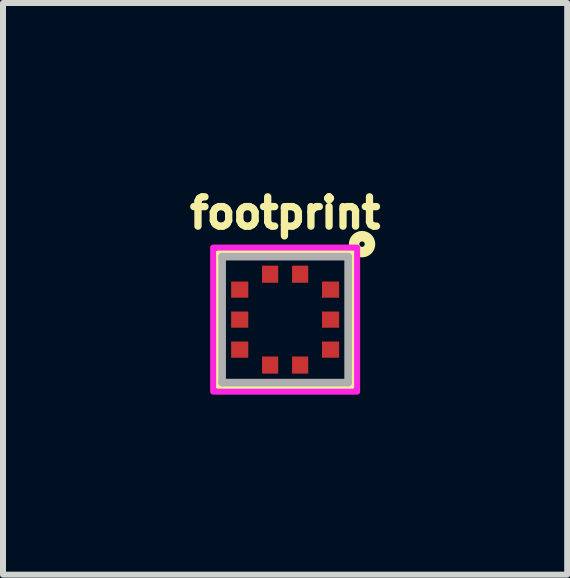
<source format=kicad_pcb>
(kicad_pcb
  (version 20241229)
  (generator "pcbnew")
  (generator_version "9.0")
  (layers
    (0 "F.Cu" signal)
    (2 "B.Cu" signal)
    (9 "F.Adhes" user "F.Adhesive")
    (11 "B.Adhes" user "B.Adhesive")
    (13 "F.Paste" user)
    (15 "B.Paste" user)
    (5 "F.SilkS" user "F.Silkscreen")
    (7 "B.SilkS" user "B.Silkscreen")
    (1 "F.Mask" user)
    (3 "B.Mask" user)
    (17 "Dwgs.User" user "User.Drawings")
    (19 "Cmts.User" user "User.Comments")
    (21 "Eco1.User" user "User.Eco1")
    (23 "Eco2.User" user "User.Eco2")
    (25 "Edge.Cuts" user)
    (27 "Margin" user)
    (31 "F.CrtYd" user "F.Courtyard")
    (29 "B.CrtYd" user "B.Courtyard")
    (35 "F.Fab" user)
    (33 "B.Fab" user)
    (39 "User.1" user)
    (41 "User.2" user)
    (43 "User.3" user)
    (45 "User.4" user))
  (footprint "footprint"
    (layer "F.Cu")
    (at 1.702 2.277)
    (property "Reference" "footprint" (at 0 -1.778 0) (layer "F.SilkS") (effects (font (size 0.488 0.488) (thickness 0.122))))
    (fp_line (start -1.1 -1.1) (end 1.1 -1.1) (stroke (width 0.127) (type solid)) (layer "F.SilkS"))
    (fp_line (start -1.1 1.1) (end -1.1 -1.1) (stroke (width 0.127) (type solid)) (layer "F.SilkS"))
    (fp_line (start 1.1 -1.1) (end 1.1 1.1) (stroke (width 0.127) (type solid)) (layer "F.SilkS"))
    (fp_line (start 1.1 1.1) (end -1.1 1.1) (stroke (width 0.127) (type solid)) (layer "F.SilkS"))
    (fp_circle (center 1.282 -1.258) (end 1.327 -1.258) (stroke (width 0.175) (type solid)) (fill no) (layer "F.SilkS"))
    (fp_poly (pts (xy -0.64 -0.61) (xy -0.875 -0.61) (xy -0.875 -0.39) (xy -0.64 -0.39)) (stroke (width 0) (type solid)) (fill yes) (layer "F.Paste"))
    (fp_poly (pts (xy -0.64 -0.11) (xy -0.875 -0.11) (xy -0.875 0.11) (xy -0.64 0.11)) (stroke (width 0) (type solid)) (fill yes) (layer "F.Paste"))
    (fp_poly (pts (xy -0.64 0.39) (xy -0.875 0.39) (xy -0.875 0.61) (xy -0.64 0.61)) (stroke (width 0) (type solid)) (fill yes) (layer "F.Paste"))
    (fp_poly (pts (xy -0.36 0.64) (xy -0.36 0.875) (xy -0.14 0.875) (xy -0.14 0.64)) (stroke (width 0) (type solid)) (fill yes) (layer "F.Paste"))
    (fp_poly (pts (xy -0.14 -0.64) (xy -0.14 -0.875) (xy -0.36 -0.875) (xy -0.36 -0.64)) (stroke (width 0) (type solid)) (fill yes) (layer "F.Paste"))
    (fp_poly (pts (xy 0.14 0.64) (xy 0.14 0.875) (xy 0.36 0.875) (xy 0.36 0.64)) (stroke (width 0) (type solid)) (fill yes) (layer "F.Paste"))
    (fp_poly (pts (xy 0.36 -0.64) (xy 0.36 -0.875) (xy 0.14 -0.875) (xy 0.14 -0.64)) (stroke (width 0) (type solid)) (fill yes) (layer "F.Paste"))
    (fp_poly (pts (xy 0.64 -0.39) (xy 0.875 -0.39) (xy 0.875 -0.61) (xy 0.64 -0.61)) (stroke (width 0) (type solid)) (fill yes) (layer "F.Paste"))
    (fp_poly (pts (xy 0.64 0.11) (xy 0.875 0.11) (xy 0.875 -0.11) (xy 0.64 -0.11)) (stroke (width 0) (type solid)) (fill yes) (layer "F.Paste"))
    (fp_poly (pts (xy 0.64 0.61) (xy 0.875 0.61) (xy 0.875 0.39) (xy 0.64 0.39)) (stroke (width 0) (type solid)) (fill yes) (layer "F.Paste"))
    (fp_poly (pts (xy -1.2 1.2) (xy 1.2 1.2) (xy 1.2 -1.2) (xy -1.2 -1.2)) (stroke (width 0.1) (type solid)) (fill no) (layer "F.CrtYd"))
    (fp_line (start -1.05 -1.05) (end 1.05 -1.05) (stroke (width 0.127) (type solid)) (layer "F.Fab"))
    (fp_line (start -1.05 1.05) (end -1.05 -1.05) (stroke (width 0.127) (type solid)) (layer "F.Fab"))
    (fp_line (start 1.05 -1.05) (end 1.05 1.05) (stroke (width 0.127) (type solid)) (layer "F.Fab"))
    (fp_line (start 1.05 1.05) (end -1.05 1.05) (stroke (width 0.127) (type solid)) (layer "F.Fab"))
    (pad "1" smd rect (at 0.25 -0.757) (size 0.27 0.285) (layers "F.Cu" "F.Mask"))
    (pad "2" smd rect (at -0.25 -0.757) (size 0.27 0.285) (layers "F.Cu" "F.Mask"))
    (pad "3" smd rect (at -0.757 -0.5) (size 0.285 0.27) (layers "F.Cu" "F.Mask"))
    (pad "4" smd rect (at -0.757 0) (size 0.285 0.27) (layers "F.Cu" "F.Mask"))
    (pad "5" smd rect (at -0.757 0.5) (size 0.285 0.27) (layers "F.Cu" "F.Mask"))
    (pad "6" smd rect (at -0.25 0.757) (size 0.27 0.285) (layers "F.Cu" "F.Mask"))
    (pad "7" smd rect (at 0.25 0.757) (size 0.27 0.285) (layers "F.Cu" "F.Mask"))
    (pad "8" smd rect (at 0.757 0.5) (size 0.285 0.27) (layers "F.Cu" "F.Mask"))
    (pad "9" smd rect (at 0.757 0) (size 0.285 0.27) (layers "F.Cu" "F.Mask"))
    (pad "10" smd rect (at 0.757 -0.5) (size 0.285 0.27) (layers "F.Cu" "F.Mask")))
  (gr_rect
    (start -3 -3)
    (end 6.403 6.527)
    (stroke (width 0.1) (type default))
    (fill no)
    (layer "Edge.Cuts")))
</source>
